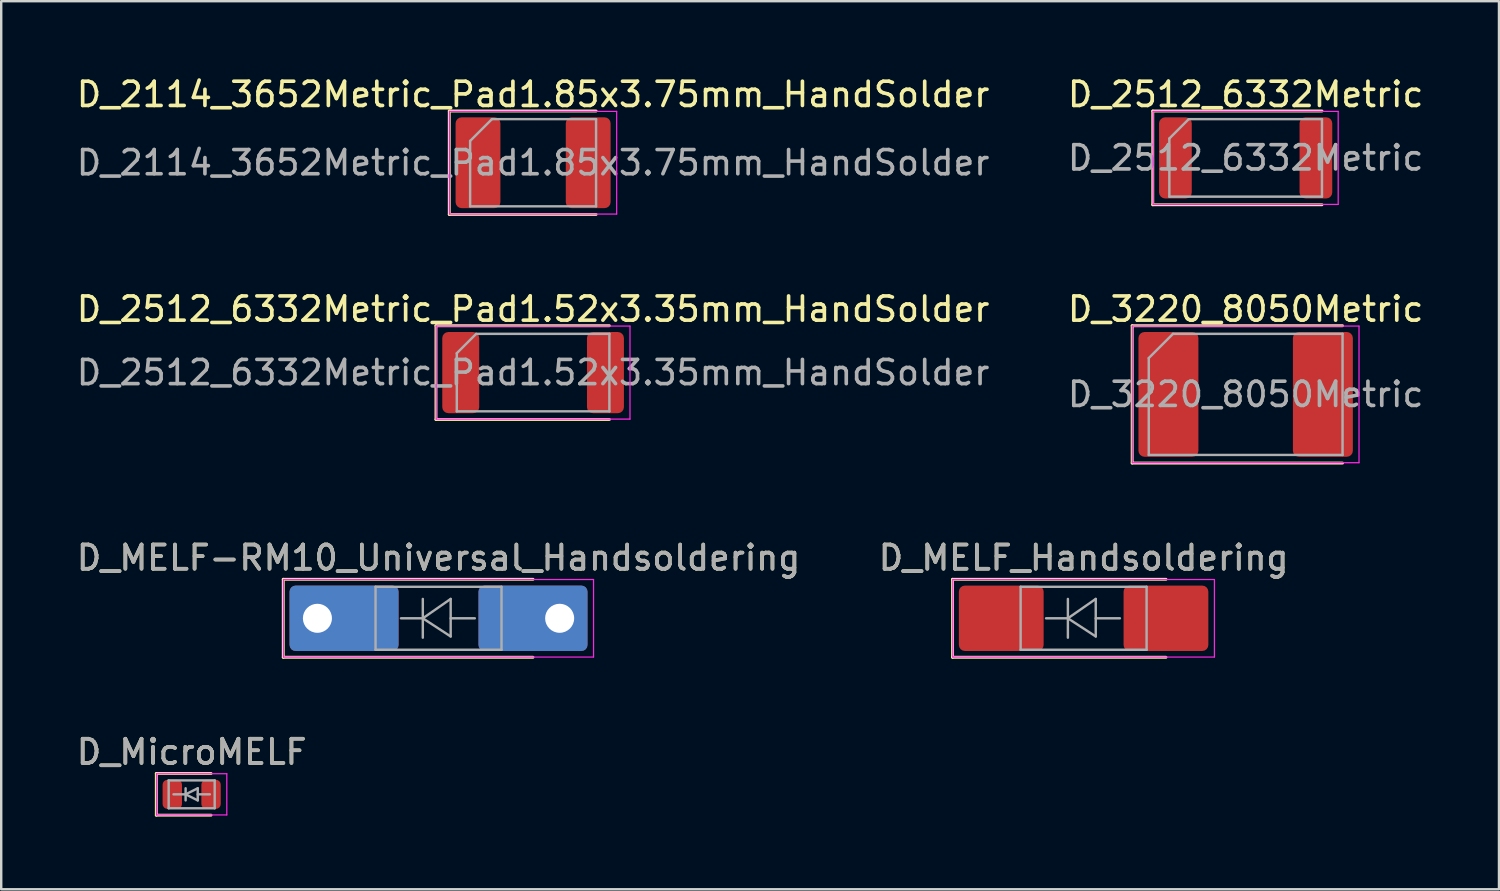
<source format=kicad_pcb>
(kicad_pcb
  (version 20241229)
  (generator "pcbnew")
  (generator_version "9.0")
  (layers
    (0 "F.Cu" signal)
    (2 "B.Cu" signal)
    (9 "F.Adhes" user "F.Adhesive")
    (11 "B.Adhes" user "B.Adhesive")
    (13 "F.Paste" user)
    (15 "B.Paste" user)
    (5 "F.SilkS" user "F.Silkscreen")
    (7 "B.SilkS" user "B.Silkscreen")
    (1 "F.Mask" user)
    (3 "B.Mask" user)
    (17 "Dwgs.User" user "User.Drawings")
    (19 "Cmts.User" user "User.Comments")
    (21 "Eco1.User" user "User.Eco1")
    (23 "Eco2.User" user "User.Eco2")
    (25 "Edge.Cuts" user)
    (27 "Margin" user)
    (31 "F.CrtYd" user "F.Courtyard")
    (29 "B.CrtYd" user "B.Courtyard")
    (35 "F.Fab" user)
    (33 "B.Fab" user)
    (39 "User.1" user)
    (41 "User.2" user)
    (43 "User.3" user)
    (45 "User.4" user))
  (footprint "D_MELF-RM10_Universal_Handsoldering"
    (layer "F.Cu")
    (at 15.054 22.475)
    (property "Reference" "D_MELF-RM10_Universal_Handsoldering" (at 0 -2.5 0) (layer "F.SilkS") (effects (font (size 1 1) (thickness 0.15))))
    (attr through_hole)
    (fp_line (start -6.41 -1.61) (end -6.41 1.61) (stroke (width 0.12) (type solid)) (layer "F.SilkS"))
    (fp_line (start -6.41 1.61) (end 3.9 1.61) (stroke (width 0.12) (type solid)) (layer "F.SilkS"))
    (fp_line (start 3.9 -1.61) (end -6.41 -1.61) (stroke (width 0.12) (type solid)) (layer "F.SilkS"))
    (fp_line (start -6.4 -1.6) (end 6.4 -1.6) (stroke (width 0.05) (type solid)) (layer "F.CrtYd"))
    (fp_line (start -6.4 1.6) (end -6.4 -1.6) (stroke (width 0.05) (type solid)) (layer "F.CrtYd"))
    (fp_line (start 6.4 -1.6) (end 6.4 1.6) (stroke (width 0.05) (type solid)) (layer "F.CrtYd"))
    (fp_line (start 6.4 1.6) (end -6.4 1.6) (stroke (width 0.05) (type solid)) (layer "F.CrtYd"))
    (fp_line (start -2.6 -1.3) (end -2.6 1.3) (stroke (width 0.1) (type solid)) (layer "F.Fab"))
    (fp_line (start -2.6 1.3) (end 2.6 1.3) (stroke (width 0.1) (type solid)) (layer "F.Fab"))
    (fp_line (start -0.649 -0.799) (end -0.649 0.801) (stroke (width 0.1) (type solid)) (layer "F.Fab"))
    (fp_line (start -0.649 0.001) (end -1.551 0.001) (stroke (width 0.1) (type solid)) (layer "F.Fab"))
    (fp_line (start -0.649 0.001) (end 0.501 -0.799) (stroke (width 0.1) (type solid)) (layer "F.Fab"))
    (fp_line (start -0.649 0.001) (end 0.501 0.75) (stroke (width 0.1) (type solid)) (layer "F.Fab"))
    (fp_line (start 0.501 0.001) (end 1.499 0.001) (stroke (width 0.1) (type solid)) (layer "F.Fab"))
    (fp_line (start 0.501 0.75) (end 0.501 -0.799) (stroke (width 0.1) (type solid)) (layer "F.Fab"))
    (fp_line (start 2.6 -1.3) (end -2.6 -1.3) (stroke (width 0.1) (type solid)) (layer "F.Fab"))
    (fp_line (start 2.6 1.3) (end 2.6 -1.3) (stroke (width 0.1) (type solid)) (layer "F.Fab"))
    (fp_text user "${REFERENCE}" (at 0 -2.5 0) (layer "F.Fab") (effects (font (size 1 1) (thickness 0.15))))
    (pad "1" thru_hole roundrect (at -5 0) (size 4.5 2.7) (drill 1.199 (offset 1.1 0)) (layers "*.Cu" "*.Mask") (roundrect_rratio 0.093))
    (pad "2" thru_hole roundrect (at 5 0 180) (size 4.5 2.7) (drill 1.199 (offset 1.1 0)) (layers "*.Cu" "*.Mask") (roundrect_rratio 0.093)))
  (footprint "D_2512_6332Metric"
    (layer "F.Cu")
    (at 48.375 3.468)
    (property "Reference" "D_2512_6332Metric" (at 0 -2.62 0) (layer "F.SilkS") (effects (font (size 1 1) (thickness 0.15))))
    (attr smd)
    (fp_line (start -3.835 -1.935) (end -3.835 1.935) (stroke (width 0.12) (type solid)) (layer "F.SilkS"))
    (fp_line (start -3.835 1.935) (end 3.15 1.935) (stroke (width 0.12) (type solid)) (layer "F.SilkS"))
    (fp_line (start 3.15 -1.935) (end -3.835 -1.935) (stroke (width 0.12) (type solid)) (layer "F.SilkS"))
    (fp_line (start -3.82 -1.92) (end 3.82 -1.92) (stroke (width 0.05) (type solid)) (layer "F.CrtYd"))
    (fp_line (start -3.82 1.92) (end -3.82 -1.92) (stroke (width 0.05) (type solid)) (layer "F.CrtYd"))
    (fp_line (start 3.82 -1.92) (end 3.82 1.92) (stroke (width 0.05) (type solid)) (layer "F.CrtYd"))
    (fp_line (start 3.82 1.92) (end -3.82 1.92) (stroke (width 0.05) (type solid)) (layer "F.CrtYd"))
    (fp_line (start -3.15 -0.8) (end -3.15 1.6) (stroke (width 0.1) (type solid)) (layer "F.Fab"))
    (fp_line (start -3.15 1.6) (end 3.15 1.6) (stroke (width 0.1) (type solid)) (layer "F.Fab"))
    (fp_line (start -2.35 -1.6) (end -3.15 -0.8) (stroke (width 0.1) (type solid)) (layer "F.Fab"))
    (fp_line (start 3.15 -1.6) (end -2.35 -1.6) (stroke (width 0.1) (type solid)) (layer "F.Fab"))
    (fp_line (start 3.15 1.6) (end 3.15 -1.6) (stroke (width 0.1) (type solid)) (layer "F.Fab"))
    (fp_text user "${REFERENCE}" (at 0 0 0) (layer "F.Fab") (effects (font (size 1 1) (thickness 0.15))))
    (pad "1" smd roundrect (at -2.9 0) (size 1.35 3.35) (layers "F.Cu" "F.Mask" "F.Paste") (roundrect_rratio 0.185))
    (pad "2" smd roundrect (at 2.9 0) (size 1.35 3.35) (layers "F.Cu" "F.Mask" "F.Paste") (roundrect_rratio 0.185)))
  (footprint "D_2114_3652Metric_Pad1.85x3.75mm_HandSolder"
    (layer "F.Cu")
    (at 18.958 3.668)
    (property "Reference" "D_2114_3652Metric_Pad1.85x3.75mm_HandSolder" (at 0 -2.82 0) (layer "F.SilkS") (effects (font (size 1 1) (thickness 0.15))))
    (attr smd)
    (fp_line (start -3.46 -2.135) (end -3.46 2.135) (stroke (width 0.12) (type solid)) (layer "F.SilkS"))
    (fp_line (start -3.46 2.135) (end 2.6 2.135) (stroke (width 0.12) (type solid)) (layer "F.SilkS"))
    (fp_line (start 2.6 -2.135) (end -3.46 -2.135) (stroke (width 0.12) (type solid)) (layer "F.SilkS"))
    (fp_line (start -3.45 -2.12) (end 3.45 -2.12) (stroke (width 0.05) (type solid)) (layer "F.CrtYd"))
    (fp_line (start -3.45 2.12) (end -3.45 -2.12) (stroke (width 0.05) (type solid)) (layer "F.CrtYd"))
    (fp_line (start 3.45 -2.12) (end 3.45 2.12) (stroke (width 0.05) (type solid)) (layer "F.CrtYd"))
    (fp_line (start 3.45 2.12) (end -3.45 2.12) (stroke (width 0.05) (type solid)) (layer "F.CrtYd"))
    (fp_line (start -2.6 -0.9) (end -2.6 1.8) (stroke (width 0.1) (type solid)) (layer "F.Fab"))
    (fp_line (start -2.6 1.8) (end 2.6 1.8) (stroke (width 0.1) (type solid)) (layer "F.Fab"))
    (fp_line (start -1.7 -1.8) (end -2.6 -0.9) (stroke (width 0.1) (type solid)) (layer "F.Fab"))
    (fp_line (start 2.6 -1.8) (end -1.7 -1.8) (stroke (width 0.1) (type solid)) (layer "F.Fab"))
    (fp_line (start 2.6 1.8) (end 2.6 -1.8) (stroke (width 0.1) (type solid)) (layer "F.Fab"))
    (fp_text user "${REFERENCE}" (at 0 0 0) (layer "F.Fab") (effects (font (size 1 1) (thickness 0.15))))
    (pad "1" smd roundrect (at -2.275 0) (size 1.85 3.75) (layers "F.Cu" "F.Mask" "F.Paste") (roundrect_rratio 0.135))
    (pad "2" smd roundrect (at 2.275 0) (size 1.85 3.75) (layers "F.Cu" "F.Mask" "F.Paste") (roundrect_rratio 0.135)))
  (footprint "D_MicroMELF"
    (layer "F.Cu")
    (at 4.863 29.743)
    (property "Reference" "D_MicroMELF" (at 0 -1.75 0) (layer "F.SilkS") (effects (font (size 1 1) (thickness 0.15))))
    (attr smd)
    (fp_line (start -1.46 -0.86) (end -1.46 0.86) (stroke (width 0.12) (type solid)) (layer "F.SilkS"))
    (fp_line (start -1.46 0.86) (end 0.8 0.86) (stroke (width 0.12) (type solid)) (layer "F.SilkS"))
    (fp_line (start 0.8 -0.86) (end -1.46 -0.86) (stroke (width 0.12) (type solid)) (layer "F.SilkS"))
    (fp_line (start -1.45 -0.85) (end -1.45 0.85) (stroke (width 0.05) (type solid)) (layer "F.CrtYd"))
    (fp_line (start -1.45 -0.85) (end 1.45 -0.85) (stroke (width 0.05) (type solid)) (layer "F.CrtYd"))
    (fp_line (start 1.45 0.85) (end -1.45 0.85) (stroke (width 0.05) (type solid)) (layer "F.CrtYd"))
    (fp_line (start 1.45 0.85) (end 1.45 -0.85) (stroke (width 0.05) (type solid)) (layer "F.CrtYd"))
    (fp_line (start -0.95 -0.575) (end 0.95 -0.575) (stroke (width 0.1) (type solid)) (layer "F.Fab"))
    (fp_line (start -0.95 0.575) (end -0.95 -0.575) (stroke (width 0.1) (type solid)) (layer "F.Fab"))
    (fp_line (start -0.25 -0.25) (end -0.25 0.25) (stroke (width 0.1) (type solid)) (layer "F.Fab"))
    (fp_line (start -0.25 0) (end -0.75 0) (stroke (width 0.1) (type solid)) (layer "F.Fab"))
    (fp_line (start -0.25 0) (end 0.25 -0.25) (stroke (width 0.1) (type solid)) (layer "F.Fab"))
    (fp_line (start 0.25 -0.25) (end 0.25 0.25) (stroke (width 0.1) (type solid)) (layer "F.Fab"))
    (fp_line (start 0.25 0) (end 0.75 0) (stroke (width 0.1) (type solid)) (layer "F.Fab"))
    (fp_line (start 0.25 0.25) (end -0.25 0) (stroke (width 0.1) (type solid)) (layer "F.Fab"))
    (fp_line (start 0.95 -0.575) (end 0.95 0.575) (stroke (width 0.1) (type solid)) (layer "F.Fab"))
    (fp_line (start 0.95 0.575) (end -0.95 0.575) (stroke (width 0.1) (type solid)) (layer "F.Fab"))
    (fp_text user "${REFERENCE}" (at 0 -1.75 0) (layer "F.Fab") (effects (font (size 1 1) (thickness 0.15))))
    (pad "1" smd roundrect (at -0.8 0) (size 0.8 1.2) (layers "F.Cu" "F.Mask" "F.Paste") (roundrect_rratio 0.25))
    (pad "2" smd roundrect (at 0.8 0) (size 0.8 1.2) (layers "F.Cu" "F.Mask" "F.Paste") (roundrect_rratio 0.25)))
  (footprint "D_2512_6332Metric_Pad1.52x3.35mm_HandSolder"
    (layer "F.Cu")
    (at 18.958 12.332)
    (property "Reference" "D_2512_6332Metric_Pad1.52x3.35mm_HandSolder" (at 0 -2.62 0) (layer "F.SilkS") (effects (font (size 1 1) (thickness 0.15))))
    (attr smd)
    (fp_line (start -4.01 -1.935) (end -4.01 1.935) (stroke (width 0.12) (type solid)) (layer "F.SilkS"))
    (fp_line (start -4.01 1.935) (end 3.15 1.935) (stroke (width 0.12) (type solid)) (layer "F.SilkS"))
    (fp_line (start 3.15 -1.935) (end -4.01 -1.935) (stroke (width 0.12) (type solid)) (layer "F.SilkS"))
    (fp_line (start -4 -1.92) (end 4 -1.92) (stroke (width 0.05) (type solid)) (layer "F.CrtYd"))
    (fp_line (start -4 1.92) (end -4 -1.92) (stroke (width 0.05) (type solid)) (layer "F.CrtYd"))
    (fp_line (start 4 -1.92) (end 4 1.92) (stroke (width 0.05) (type solid)) (layer "F.CrtYd"))
    (fp_line (start 4 1.92) (end -4 1.92) (stroke (width 0.05) (type solid)) (layer "F.CrtYd"))
    (fp_line (start -3.15 -0.8) (end -3.15 1.6) (stroke (width 0.1) (type solid)) (layer "F.Fab"))
    (fp_line (start -3.15 1.6) (end 3.15 1.6) (stroke (width 0.1) (type solid)) (layer "F.Fab"))
    (fp_line (start -2.35 -1.6) (end -3.15 -0.8) (stroke (width 0.1) (type solid)) (layer "F.Fab"))
    (fp_line (start 3.15 -1.6) (end -2.35 -1.6) (stroke (width 0.1) (type solid)) (layer "F.Fab"))
    (fp_line (start 3.15 1.6) (end 3.15 -1.6) (stroke (width 0.1) (type solid)) (layer "F.Fab"))
    (fp_text user "${REFERENCE}" (at 0 0 0) (layer "F.Fab") (effects (font (size 1 1) (thickness 0.15))))
    (pad "1" smd roundrect (at -2.987 0) (size 1.525 3.35) (layers "F.Cu" "F.Mask" "F.Paste") (roundrect_rratio 0.164))
    (pad "2" smd roundrect (at 2.987 0) (size 1.525 3.35) (layers "F.Cu" "F.Mask" "F.Paste") (roundrect_rratio 0.164)))
  (footprint "D_MELF_Handsoldering"
    (layer "F.Cu")
    (at 41.685 22.475)
    (property "Reference" "D_MELF_Handsoldering" (at 0 -2.5 0) (layer "F.SilkS") (effects (font (size 1 1) (thickness 0.15))))
    (attr smd)
    (fp_line (start -5.41 -1.61) (end -5.41 1.61) (stroke (width 0.12) (type solid)) (layer "F.SilkS"))
    (fp_line (start -5.41 1.61) (end 3.4 1.61) (stroke (width 0.12) (type solid)) (layer "F.SilkS"))
    (fp_line (start 3.4 -1.61) (end -5.41 -1.61) (stroke (width 0.12) (type solid)) (layer "F.SilkS"))
    (fp_line (start -5.4 -1.6) (end 5.4 -1.6) (stroke (width 0.05) (type solid)) (layer "F.CrtYd"))
    (fp_line (start -5.4 1.6) (end -5.4 -1.6) (stroke (width 0.05) (type solid)) (layer "F.CrtYd"))
    (fp_line (start 5.4 -1.6) (end 5.4 1.6) (stroke (width 0.05) (type solid)) (layer "F.CrtYd"))
    (fp_line (start 5.4 1.6) (end -5.4 1.6) (stroke (width 0.05) (type solid)) (layer "F.CrtYd"))
    (fp_line (start -2.6 -1.3) (end -2.6 1.3) (stroke (width 0.1) (type solid)) (layer "F.Fab"))
    (fp_line (start -2.6 1.3) (end 2.6 1.3) (stroke (width 0.1) (type solid)) (layer "F.Fab"))
    (fp_line (start -0.649 -0.799) (end -0.649 0.801) (stroke (width 0.1) (type solid)) (layer "F.Fab"))
    (fp_line (start -0.649 0.001) (end -1.551 0.001) (stroke (width 0.1) (type solid)) (layer "F.Fab"))
    (fp_line (start -0.649 0.001) (end 0.501 -0.799) (stroke (width 0.1) (type solid)) (layer "F.Fab"))
    (fp_line (start -0.649 0.001) (end 0.501 0.75) (stroke (width 0.1) (type solid)) (layer "F.Fab"))
    (fp_line (start 0.501 0.001) (end 1.499 0.001) (stroke (width 0.1) (type solid)) (layer "F.Fab"))
    (fp_line (start 0.501 0.75) (end 0.501 -0.799) (stroke (width 0.1) (type solid)) (layer "F.Fab"))
    (fp_line (start 2.6 -1.3) (end -2.6 -1.3) (stroke (width 0.1) (type solid)) (layer "F.Fab"))
    (fp_line (start 2.6 1.3) (end 2.6 -1.3) (stroke (width 0.1) (type solid)) (layer "F.Fab"))
    (fp_text user "${REFERENCE}" (at 0 -2.5 0) (layer "F.Fab") (effects (font (size 1 1) (thickness 0.15))))
    (pad "1" smd roundrect (at -3.4 0) (size 3.5 2.7) (layers "F.Cu" "F.Mask" "F.Paste") (roundrect_rratio 0.093))
    (pad "2" smd roundrect (at 3.4 0) (size 3.5 2.7) (layers "F.Cu" "F.Mask" "F.Paste") (roundrect_rratio 0.093)))
  (footprint "D_3220_8050Metric"
    (layer "F.Cu")
    (at 48.375 13.232)
    (property "Reference" "D_3220_8050Metric" (at 0 -3.52 0) (layer "F.SilkS") (effects (font (size 1 1) (thickness 0.15))))
    (attr smd)
    (fp_line (start -4.685 -2.835) (end -4.685 2.835) (stroke (width 0.12) (type solid)) (layer "F.SilkS"))
    (fp_line (start -4.685 2.835) (end 4 2.835) (stroke (width 0.12) (type solid)) (layer "F.SilkS"))
    (fp_line (start 4 -2.835) (end -4.685 -2.835) (stroke (width 0.12) (type solid)) (layer "F.SilkS"))
    (fp_line (start -4.68 -2.82) (end 4.68 -2.82) (stroke (width 0.05) (type solid)) (layer "F.CrtYd"))
    (fp_line (start -4.68 2.82) (end -4.68 -2.82) (stroke (width 0.05) (type solid)) (layer "F.CrtYd"))
    (fp_line (start 4.68 -2.82) (end 4.68 2.82) (stroke (width 0.05) (type solid)) (layer "F.CrtYd"))
    (fp_line (start 4.68 2.82) (end -4.68 2.82) (stroke (width 0.05) (type solid)) (layer "F.CrtYd"))
    (fp_line (start -4 -1.5) (end -4 2.5) (stroke (width 0.1) (type solid)) (layer "F.Fab"))
    (fp_line (start -4 2.5) (end 4 2.5) (stroke (width 0.1) (type solid)) (layer "F.Fab"))
    (fp_line (start -3 -2.5) (end -4 -1.5) (stroke (width 0.1) (type solid)) (layer "F.Fab"))
    (fp_line (start 4 -2.5) (end -3 -2.5) (stroke (width 0.1) (type solid)) (layer "F.Fab"))
    (fp_line (start 4 2.5) (end 4 -2.5) (stroke (width 0.1) (type solid)) (layer "F.Fab"))
    (fp_text user "${REFERENCE}" (at 0 0 0) (layer "F.Fab") (effects (font (size 1 1) (thickness 0.15))))
    (pad "1" smd roundrect (at -3.188 0) (size 2.475 5.15) (layers "F.Cu" "F.Mask" "F.Paste") (roundrect_rratio 0.101))
    (pad "2" smd roundrect (at 3.188 0) (size 2.475 5.15) (layers "F.Cu" "F.Mask" "F.Paste") (roundrect_rratio 0.101)))
  (gr_rect
    (start -3 -3)
    (end 58.833 33.663)
    (stroke (width 0.1) (type default))
    (fill no)
    (layer "Edge.Cuts")))
</source>
